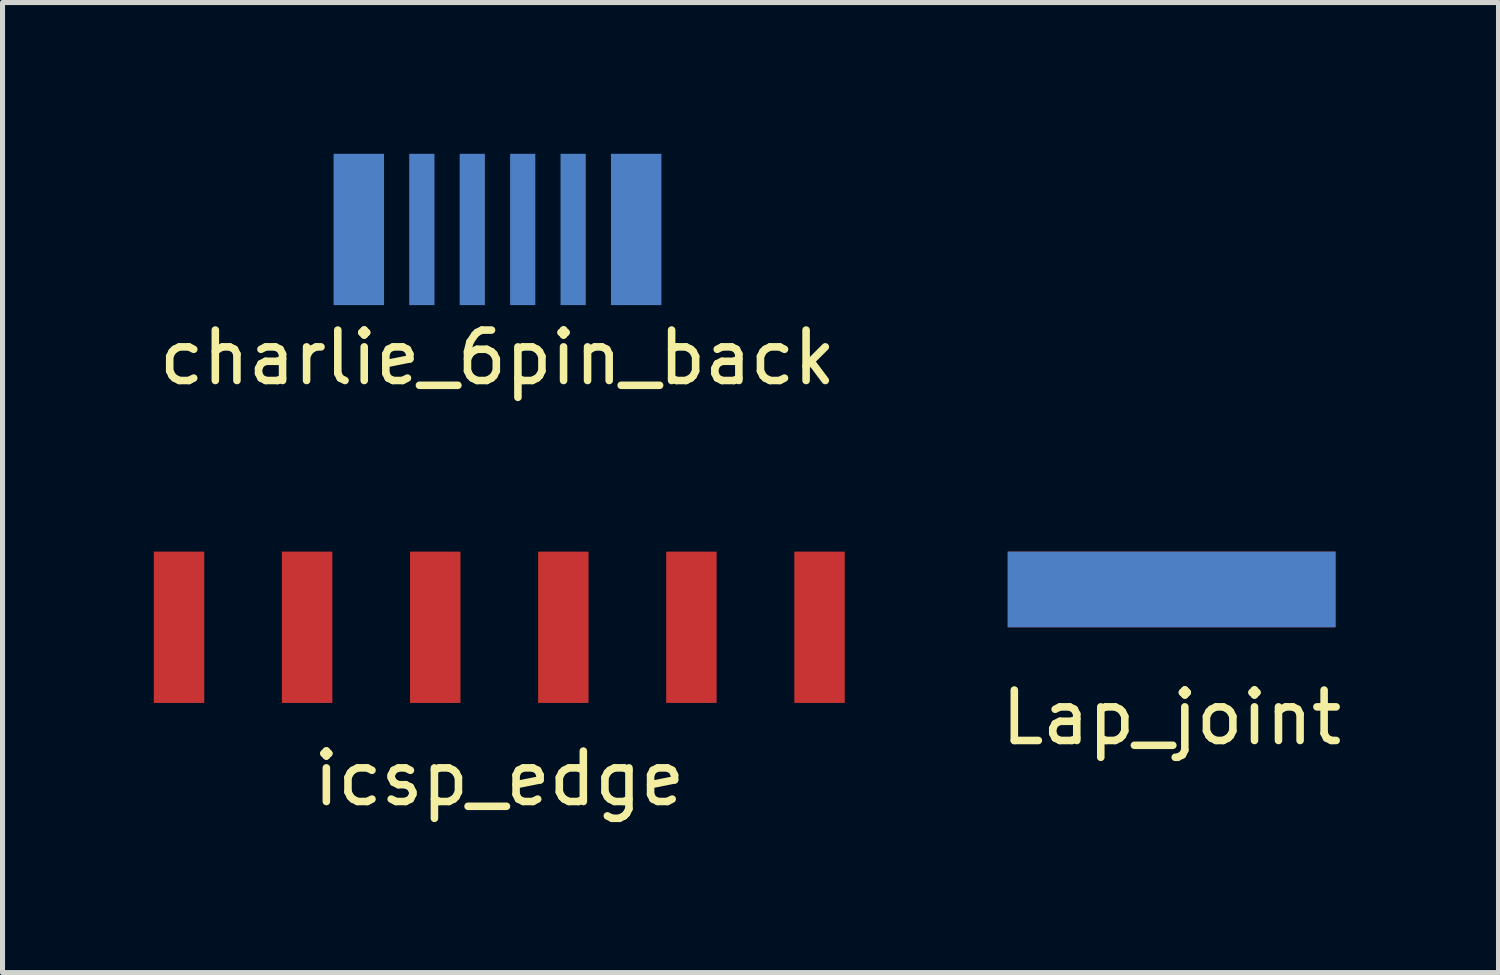
<source format=kicad_pcb>
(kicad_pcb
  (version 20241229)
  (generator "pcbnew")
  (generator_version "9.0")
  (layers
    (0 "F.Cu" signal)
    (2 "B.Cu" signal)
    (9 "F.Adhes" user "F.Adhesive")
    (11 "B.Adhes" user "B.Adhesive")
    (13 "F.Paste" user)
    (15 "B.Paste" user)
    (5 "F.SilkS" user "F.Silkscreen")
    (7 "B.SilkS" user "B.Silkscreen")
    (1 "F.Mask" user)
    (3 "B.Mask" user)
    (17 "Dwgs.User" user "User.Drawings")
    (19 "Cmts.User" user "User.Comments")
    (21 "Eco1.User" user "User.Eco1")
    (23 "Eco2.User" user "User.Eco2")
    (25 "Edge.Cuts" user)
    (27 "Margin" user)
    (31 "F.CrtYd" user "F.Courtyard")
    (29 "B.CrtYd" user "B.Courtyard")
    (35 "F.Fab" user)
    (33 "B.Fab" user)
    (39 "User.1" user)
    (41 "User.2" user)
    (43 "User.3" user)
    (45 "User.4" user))
  (footprint "charlie_6pin_back"
    (layer "F.Cu")
    (at 6.815 1.5)
    (property "Reference" "charlie_6pin_back" (at 0 2.54 0) (layer "F.SilkS") (effects (font (size 1 1) (thickness 0.15))))
    (attr through_hole)
    (pad "1" smd rect (at -2.75 0) (size 1 3) (layers "B.Cu" "B.Mask" "B.Paste"))
    (pad "2" smd rect (at -1.5 0) (size 0.5 3) (layers "B.Cu" "B.Mask" "B.Paste"))
    (pad "3" smd rect (at -0.5 0) (size 0.5 3) (layers "B.Cu" "B.Mask" "B.Paste"))
    (pad "4" smd rect (at 0.5 0) (size 0.5 3) (layers "B.Cu" "B.Mask" "B.Paste"))
    (pad "5" smd rect (at 1.5 0) (size 0.5 3) (layers "B.Cu" "B.Mask" "B.Paste"))
    (pad "6" smd rect (at 2.75 0) (size 1 3) (layers "B.Cu" "B.Mask" "B.Paste")))
  (footprint "Lap_joint"
    (layer "F.Cu")
    (at 20.182 8.638)
    (property "Reference" "Lap_joint" (at 0 2.54 0) (layer "F.SilkS") (effects (font (size 1 1) (thickness 0.15))))
    (attr through_hole)
    (pad "1" smd rect (at 0 0) (size 6.5 1.5) (layers "F.Cu" "F.Mask" "F.Paste"))
    (pad "1" smd rect (at 0 0) (size 6.5 1.5) (layers "B.Cu" "B.Mask" "B.Paste")))
  (footprint "icsp_edge"
    (layer "F.Cu")
    (at 6.85 9.388)
    (property "Reference" "icsp_edge" (at 0 3 0) (layer "F.SilkS") (effects (font (size 1 1) (thickness 0.15))))
    (attr through_hole)
    (pad "1" smd rect (at -6.35 0) (size 1 3) (layers "F.Cu" "F.Mask" "F.Paste"))
    (pad "2" smd rect (at -3.81 0) (size 1 3) (layers "F.Cu" "F.Mask" "F.Paste"))
    (pad "3" smd rect (at -1.27 0) (size 1 3) (layers "F.Cu" "F.Mask" "F.Paste"))
    (pad "4" smd rect (at 1.27 0) (size 1 3) (layers "F.Cu" "F.Mask" "F.Paste"))
    (pad "5" smd rect (at 3.81 0) (size 1 3) (layers "F.Cu" "F.Mask" "F.Paste"))
    (pad "6" smd rect (at 6.35 0) (size 1 3) (layers "F.Cu" "F.Mask" "F.Paste")))
  (gr_rect
    (start -3 -3)
    (end 26.664 16.236)
    (stroke (width 0.1) (type default))
    (fill no)
    (layer "Edge.Cuts")))
</source>
